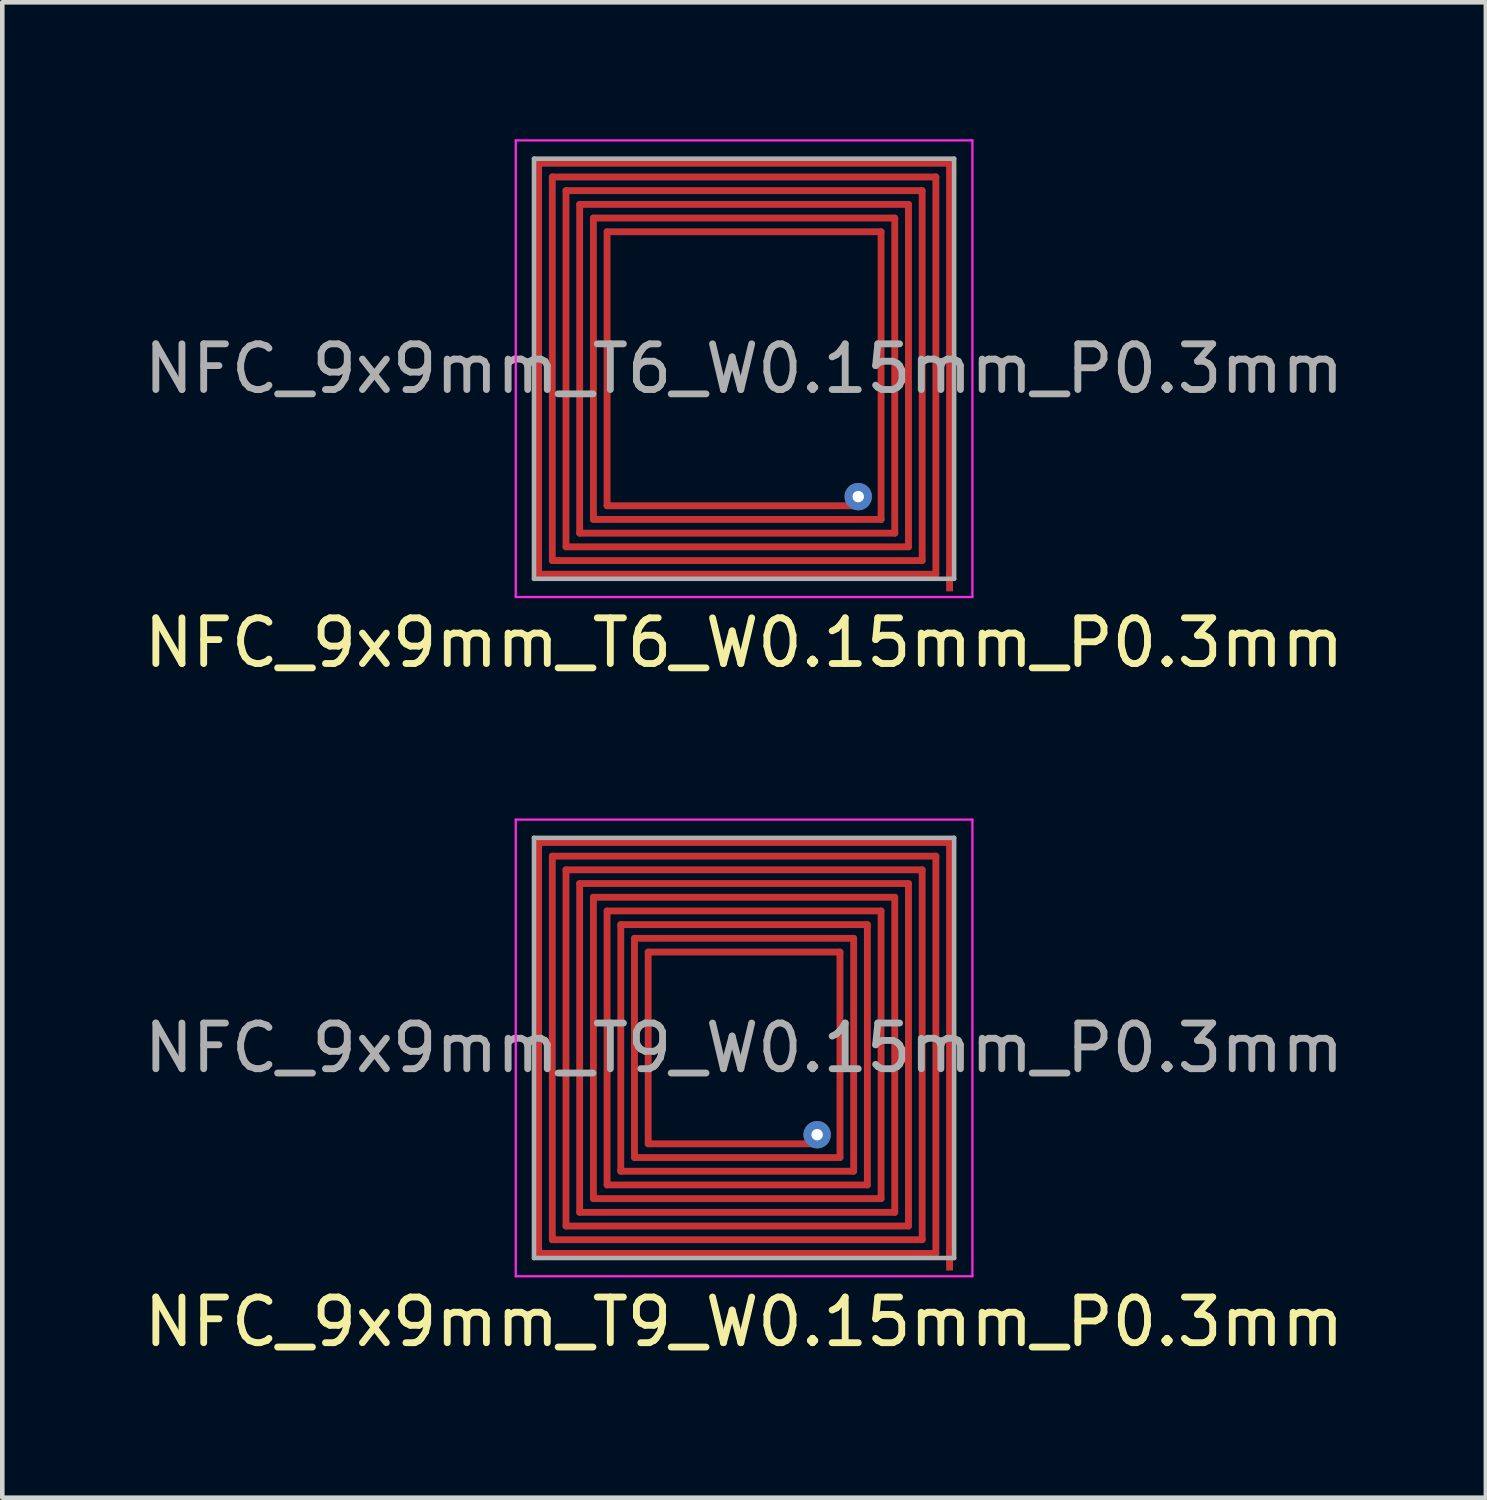
<source format=kicad_pcb>
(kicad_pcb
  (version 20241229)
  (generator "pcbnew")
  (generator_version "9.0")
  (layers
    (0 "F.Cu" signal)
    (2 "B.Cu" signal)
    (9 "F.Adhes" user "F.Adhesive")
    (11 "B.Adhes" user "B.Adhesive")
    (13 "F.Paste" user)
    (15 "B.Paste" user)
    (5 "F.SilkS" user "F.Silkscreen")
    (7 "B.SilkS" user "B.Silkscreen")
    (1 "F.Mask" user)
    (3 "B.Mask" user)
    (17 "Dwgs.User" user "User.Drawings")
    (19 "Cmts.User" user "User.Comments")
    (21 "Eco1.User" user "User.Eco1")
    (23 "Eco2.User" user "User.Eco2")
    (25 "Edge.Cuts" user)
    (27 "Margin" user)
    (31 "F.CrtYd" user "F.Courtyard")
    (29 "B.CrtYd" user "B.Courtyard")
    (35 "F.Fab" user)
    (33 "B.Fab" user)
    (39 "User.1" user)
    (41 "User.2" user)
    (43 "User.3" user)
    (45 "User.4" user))
  (footprint "NFC_9x9mm_T9_W0.15mm_P0.3mm"
    (layer "F.Cu")
    (at 13.244 19.898)
    (property "Reference" "NFC_9x9mm_T9_W0.15mm_P0.3mm" (at 0 6 0) (layer "F.SilkS") (effects (font (size 1 1) (thickness 0.15))))
    (attr exclude_from_pos_files exclude_from_bom)
    (fp_line (start -4.5 -4.5) (end -4.5 4.5) (stroke (width 0.15) (type solid)) (layer "F.Cu"))
    (fp_line (start -4.5 4.5) (end 4.2 4.5) (stroke (width 0.15) (type solid)) (layer "F.Cu"))
    (fp_line (start -4.2 -4.2) (end -4.2 4.2) (stroke (width 0.15) (type solid)) (layer "F.Cu"))
    (fp_line (start -4.2 4.2) (end 3.9 4.2) (stroke (width 0.15) (type solid)) (layer "F.Cu"))
    (fp_line (start -3.9 -3.9) (end -3.9 3.9) (stroke (width 0.15) (type solid)) (layer "F.Cu"))
    (fp_line (start -3.9 3.9) (end 3.6 3.9) (stroke (width 0.15) (type solid)) (layer "F.Cu"))
    (fp_line (start -3.6 -3.6) (end -3.6 3.6) (stroke (width 0.15) (type solid)) (layer "F.Cu"))
    (fp_line (start -3.6 3.6) (end 3.3 3.6) (stroke (width 0.15) (type solid)) (layer "F.Cu"))
    (fp_line (start -3.3 -3.3) (end -3.3 3.3) (stroke (width 0.15) (type solid)) (layer "F.Cu"))
    (fp_line (start -3.3 3.3) (end 3 3.3) (stroke (width 0.15) (type solid)) (layer "F.Cu"))
    (fp_line (start -3 -3) (end -3 3) (stroke (width 0.15) (type solid)) (layer "F.Cu"))
    (fp_line (start -3 3) (end 2.7 3) (stroke (width 0.15) (type solid)) (layer "F.Cu"))
    (fp_line (start -2.7 -2.7) (end -2.7 2.7) (stroke (width 0.15) (type solid)) (layer "F.Cu"))
    (fp_line (start -2.7 2.7) (end 2.4 2.7) (stroke (width 0.15) (type solid)) (layer "F.Cu"))
    (fp_line (start -2.4 -2.4) (end -2.4 2.4) (stroke (width 0.15) (type solid)) (layer "F.Cu"))
    (fp_line (start -2.4 2.4) (end 2.1 2.4) (stroke (width 0.15) (type solid)) (layer "F.Cu"))
    (fp_line (start -2.1 -2.1) (end -2.1 2.1) (stroke (width 0.15) (type solid)) (layer "F.Cu"))
    (fp_line (start -2.1 2.1) (end 1.6 2.1) (stroke (width 0.15) (type solid)) (layer "F.Cu"))
    (fp_line (start 2.1 -2.1) (end -2.1 -2.1) (stroke (width 0.15) (type solid)) (layer "F.Cu"))
    (fp_line (start 2.1 2.4) (end 2.1 -2.1) (stroke (width 0.15) (type solid)) (layer "F.Cu"))
    (fp_line (start 2.4 -2.4) (end -2.4 -2.4) (stroke (width 0.15) (type solid)) (layer "F.Cu"))
    (fp_line (start 2.4 2.7) (end 2.4 -2.4) (stroke (width 0.15) (type solid)) (layer "F.Cu"))
    (fp_line (start 2.7 -2.7) (end -2.7 -2.7) (stroke (width 0.15) (type solid)) (layer "F.Cu"))
    (fp_line (start 2.7 3) (end 2.7 -2.7) (stroke (width 0.15) (type solid)) (layer "F.Cu"))
    (fp_line (start 3 -3) (end -3 -3) (stroke (width 0.15) (type solid)) (layer "F.Cu"))
    (fp_line (start 3 3.3) (end 3 -3) (stroke (width 0.15) (type solid)) (layer "F.Cu"))
    (fp_line (start 3.3 -3.3) (end -3.3 -3.3) (stroke (width 0.15) (type solid)) (layer "F.Cu"))
    (fp_line (start 3.3 3.6) (end 3.3 -3.3) (stroke (width 0.15) (type solid)) (layer "F.Cu"))
    (fp_line (start 3.6 -3.6) (end -3.6 -3.6) (stroke (width 0.15) (type solid)) (layer "F.Cu"))
    (fp_line (start 3.6 3.9) (end 3.6 -3.6) (stroke (width 0.15) (type solid)) (layer "F.Cu"))
    (fp_line (start 3.9 -3.9) (end -3.9 -3.9) (stroke (width 0.15) (type solid)) (layer "F.Cu"))
    (fp_line (start 3.9 4.2) (end 3.9 -3.9) (stroke (width 0.15) (type solid)) (layer "F.Cu"))
    (fp_line (start 4.2 -4.2) (end -4.2 -4.2) (stroke (width 0.15) (type solid)) (layer "F.Cu"))
    (fp_line (start 4.2 4.5) (end 4.2 -4.2) (stroke (width 0.15) (type solid)) (layer "F.Cu"))
    (fp_line (start 4.5 -4.5) (end -4.5 -4.5) (stroke (width 0.15) (type solid)) (layer "F.Cu"))
    (fp_line (start 4.5 4.5) (end 4.5 -4.5) (stroke (width 0.15) (type solid)) (layer "F.Cu"))
    (fp_line (start -5 -5) (end 5 -5) (stroke (width 0.05) (type solid)) (layer "F.CrtYd"))
    (fp_line (start -5 5) (end -5 -5) (stroke (width 0.05) (type solid)) (layer "F.CrtYd"))
    (fp_line (start 5 -5) (end 5 5) (stroke (width 0.05) (type solid)) (layer "F.CrtYd"))
    (fp_line (start 5 5) (end -5 5) (stroke (width 0.05) (type solid)) (layer "F.CrtYd"))
    (fp_line (start -4.6 -4.6) (end 4.6 -4.6) (stroke (width 0.1) (type solid)) (layer "F.Fab"))
    (fp_line (start -4.6 4.6) (end -4.6 -4.6) (stroke (width 0.1) (type solid)) (layer "F.Fab"))
    (fp_line (start 4.6 -4.6) (end 4.6 4.6) (stroke (width 0.1) (type solid)) (layer "F.Fab"))
    (fp_line (start 4.6 4.6) (end -4.6 4.6) (stroke (width 0.1) (type solid)) (layer "F.Fab"))
    (fp_text user "${REFERENCE}" (at 0 0 0) (layer "F.Fab") (effects (font (size 1 1) (thickness 0.15))))
    (pad "1" thru_hole circle (at 1.6 1.9) (size 0.6 0.6) (drill 0.25) (layers "*.Cu"))
    (pad "2" smd rect (at 4.5 4.8) (size 0.15 0.45) (drill (offset 0 -0.15)) (layers "F.Cu")))
  (footprint "NFC_9x9mm_T6_W0.15mm_P0.3mm"
    (layer "F.Cu")
    (at 13.244 5.025)
    (property "Reference" "NFC_9x9mm_T6_W0.15mm_P0.3mm" (at 0 6 0) (layer "F.SilkS") (effects (font (size 1 1) (thickness 0.15))))
    (attr exclude_from_pos_files exclude_from_bom)
    (fp_line (start -4.5 -4.5) (end -4.5 4.5) (stroke (width 0.15) (type solid)) (layer "F.Cu"))
    (fp_line (start -4.5 4.5) (end 4.2 4.5) (stroke (width 0.15) (type solid)) (layer "F.Cu"))
    (fp_line (start -4.2 -4.2) (end -4.2 4.2) (stroke (width 0.15) (type solid)) (layer "F.Cu"))
    (fp_line (start -4.2 4.2) (end 3.9 4.2) (stroke (width 0.15) (type solid)) (layer "F.Cu"))
    (fp_line (start -3.9 -3.9) (end -3.9 3.9) (stroke (width 0.15) (type solid)) (layer "F.Cu"))
    (fp_line (start -3.9 3.9) (end 3.6 3.9) (stroke (width 0.15) (type solid)) (layer "F.Cu"))
    (fp_line (start -3.6 -3.6) (end -3.6 3.6) (stroke (width 0.15) (type solid)) (layer "F.Cu"))
    (fp_line (start -3.6 3.6) (end 3.3 3.6) (stroke (width 0.15) (type solid)) (layer "F.Cu"))
    (fp_line (start -3.3 -3.3) (end -3.3 3.3) (stroke (width 0.15) (type solid)) (layer "F.Cu"))
    (fp_line (start -3.3 3.3) (end 3 3.3) (stroke (width 0.15) (type solid)) (layer "F.Cu"))
    (fp_line (start -3 -3) (end -3 3) (stroke (width 0.15) (type solid)) (layer "F.Cu"))
    (fp_line (start -3 3) (end 2.5 3) (stroke (width 0.15) (type solid)) (layer "F.Cu"))
    (fp_line (start 3 -3) (end -3 -3) (stroke (width 0.15) (type solid)) (layer "F.Cu"))
    (fp_line (start 3 3.3) (end 3 -3) (stroke (width 0.15) (type solid)) (layer "F.Cu"))
    (fp_line (start 3.3 -3.3) (end -3.3 -3.3) (stroke (width 0.15) (type solid)) (layer "F.Cu"))
    (fp_line (start 3.3 3.6) (end 3.3 -3.3) (stroke (width 0.15) (type solid)) (layer "F.Cu"))
    (fp_line (start 3.6 -3.6) (end -3.6 -3.6) (stroke (width 0.15) (type solid)) (layer "F.Cu"))
    (fp_line (start 3.6 3.9) (end 3.6 -3.6) (stroke (width 0.15) (type solid)) (layer "F.Cu"))
    (fp_line (start 3.9 -3.9) (end -3.9 -3.9) (stroke (width 0.15) (type solid)) (layer "F.Cu"))
    (fp_line (start 3.9 4.2) (end 3.9 -3.9) (stroke (width 0.15) (type solid)) (layer "F.Cu"))
    (fp_line (start 4.2 -4.2) (end -4.2 -4.2) (stroke (width 0.15) (type solid)) (layer "F.Cu"))
    (fp_line (start 4.2 4.5) (end 4.2 -4.2) (stroke (width 0.15) (type solid)) (layer "F.Cu"))
    (fp_line (start 4.5 -4.5) (end -4.5 -4.5) (stroke (width 0.15) (type solid)) (layer "F.Cu"))
    (fp_line (start 4.5 4.5) (end 4.5 -4.5) (stroke (width 0.15) (type solid)) (layer "F.Cu"))
    (fp_line (start -5 -5) (end 5 -5) (stroke (width 0.05) (type solid)) (layer "F.CrtYd"))
    (fp_line (start -5 5) (end -5 -5) (stroke (width 0.05) (type solid)) (layer "F.CrtYd"))
    (fp_line (start 5 -5) (end 5 5) (stroke (width 0.05) (type solid)) (layer "F.CrtYd"))
    (fp_line (start 5 5) (end -5 5) (stroke (width 0.05) (type solid)) (layer "F.CrtYd"))
    (fp_line (start -4.6 -4.6) (end 4.6 -4.6) (stroke (width 0.1) (type solid)) (layer "F.Fab"))
    (fp_line (start -4.6 4.6) (end -4.6 -4.6) (stroke (width 0.1) (type solid)) (layer "F.Fab"))
    (fp_line (start 4.6 -4.6) (end 4.6 4.6) (stroke (width 0.1) (type solid)) (layer "F.Fab"))
    (fp_line (start 4.6 4.6) (end -4.6 4.6) (stroke (width 0.1) (type solid)) (layer "F.Fab"))
    (fp_text user "${REFERENCE}" (at 0 0 0) (layer "F.Fab") (effects (font (size 1 1) (thickness 0.15))))
    (pad "1" thru_hole circle (at 2.5 2.8) (size 0.6 0.6) (drill 0.25) (layers "*.Cu"))
    (pad "2" smd rect (at 4.5 4.8) (size 0.15 0.45) (drill (offset 0 -0.15)) (layers "F.Cu")))
  (gr_rect
    (start -3 -3)
    (end 29.488 29.747)
    (stroke (width 0.1) (type default))
    (fill no)
    (layer "Edge.Cuts")))
</source>
